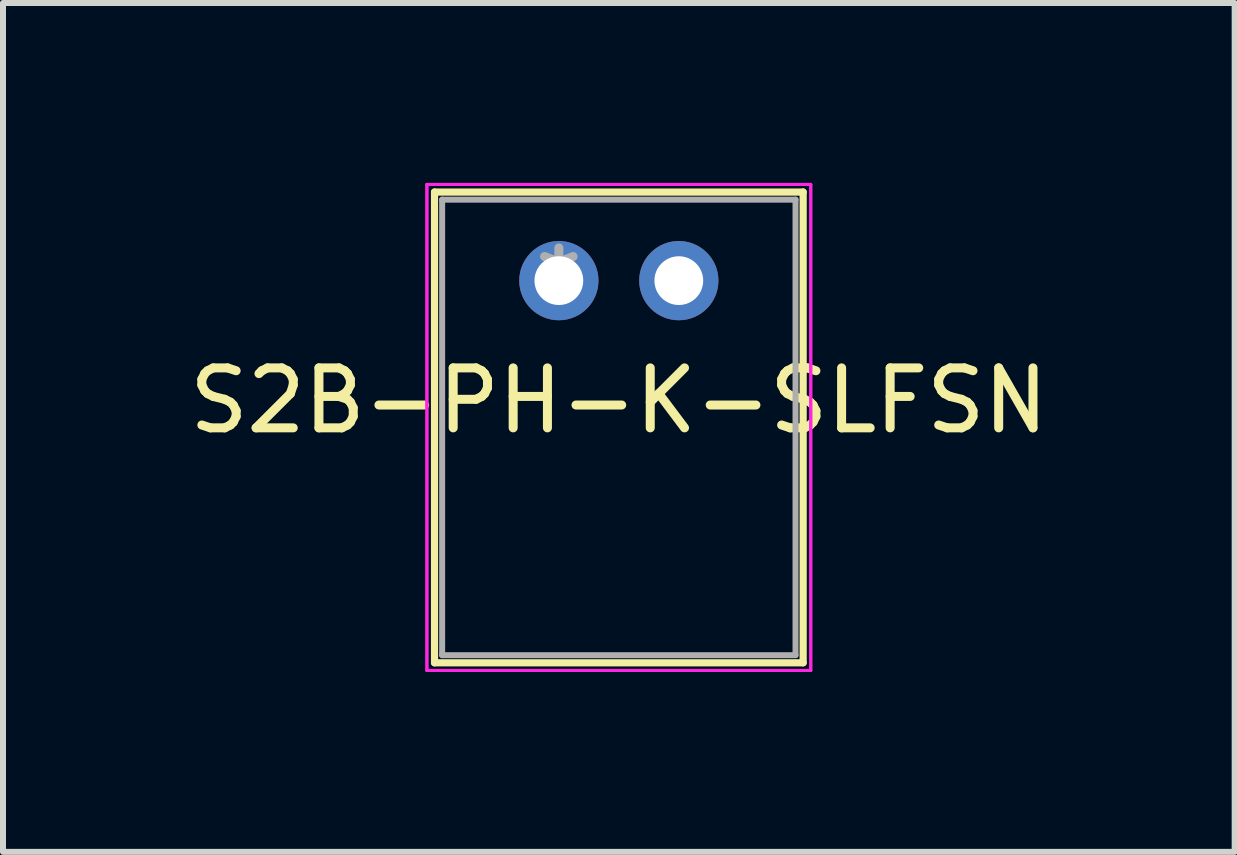
<source format=kicad_pcb>
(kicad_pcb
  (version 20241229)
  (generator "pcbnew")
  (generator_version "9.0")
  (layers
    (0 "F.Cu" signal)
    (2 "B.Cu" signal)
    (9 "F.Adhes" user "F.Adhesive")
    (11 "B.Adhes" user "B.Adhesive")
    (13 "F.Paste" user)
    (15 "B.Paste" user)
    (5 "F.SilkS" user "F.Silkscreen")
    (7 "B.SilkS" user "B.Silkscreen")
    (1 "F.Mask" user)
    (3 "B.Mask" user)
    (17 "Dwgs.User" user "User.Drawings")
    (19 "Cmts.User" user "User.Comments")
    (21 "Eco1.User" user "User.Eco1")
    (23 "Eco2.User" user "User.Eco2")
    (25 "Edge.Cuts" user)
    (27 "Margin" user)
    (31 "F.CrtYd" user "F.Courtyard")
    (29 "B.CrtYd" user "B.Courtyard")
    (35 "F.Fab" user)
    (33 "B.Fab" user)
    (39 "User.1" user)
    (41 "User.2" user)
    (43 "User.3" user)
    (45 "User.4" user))
  (footprint "S2B-PH-K-SLFSN"
    (layer "F.Cu")
    (at 6.268 1.629)
    (property "Reference" "S2B-PH-K-SLFSN" (at 1 2 0) (layer "F.SilkS") (effects (font (size 1 1) (thickness 0.15))))
    (attr through_hole)
    (fp_line (start -2.073 -1.477) (end -2.073 6.372) (stroke (width 0.12) (type solid)) (layer "F.SilkS"))
    (fp_line (start -2.073 6.372) (end 4.073 6.372) (stroke (width 0.12) (type solid)) (layer "F.SilkS"))
    (fp_line (start 4.073 -1.477) (end -2.073 -1.477) (stroke (width 0.12) (type solid)) (layer "F.SilkS"))
    (fp_line (start 4.073 6.372) (end 4.073 -1.477) (stroke (width 0.12) (type solid)) (layer "F.SilkS"))
    (fp_line (start -2.2 -1.604) (end -2.2 6.499) (stroke (width 0.05) (type solid)) (layer "F.CrtYd"))
    (fp_line (start -2.2 -1.604) (end -2.2 6.499) (stroke (width 0.05) (type solid)) (layer "F.CrtYd"))
    (fp_line (start -2.2 6.499) (end 4.2 6.499) (stroke (width 0.05) (type solid)) (layer "F.CrtYd"))
    (fp_line (start -2.2 6.499) (end 4.2 6.499) (stroke (width 0.05) (type solid)) (layer "F.CrtYd"))
    (fp_line (start 4.2 -1.604) (end -2.2 -1.604) (stroke (width 0.05) (type solid)) (layer "F.CrtYd"))
    (fp_line (start 4.2 -1.604) (end -2.2 -1.604) (stroke (width 0.05) (type solid)) (layer "F.CrtYd"))
    (fp_line (start 4.2 6.499) (end 4.2 -1.604) (stroke (width 0.05) (type solid)) (layer "F.CrtYd"))
    (fp_line (start 4.2 6.499) (end 4.2 -1.604) (stroke (width 0.05) (type solid)) (layer "F.CrtYd"))
    (fp_line (start -1.946 -1.35) (end -1.946 6.245) (stroke (width 0.1) (type solid)) (layer "F.Fab"))
    (fp_line (start -1.946 6.245) (end 3.946 6.245) (stroke (width 0.1) (type solid)) (layer "F.Fab"))
    (fp_line (start 3.946 -1.35) (end -1.946 -1.35) (stroke (width 0.1) (type solid)) (layer "F.Fab"))
    (fp_line (start 3.946 6.245) (end 3.946 -1.35) (stroke (width 0.1) (type solid)) (layer "F.Fab"))
    (fp_text user "*" (at 0 0 0) (layer "F.Fab") (effects (font (size 1 1) (thickness 0.15))))
    (pad "1" thru_hole circle (at -0.000001 0) (size 1.321 1.321) (drill 0.813) (layers "*.Cu" "*.Mask"))
    (pad "2" thru_hole circle (at 2 0) (size 1.321 1.321) (drill 0.813) (layers "*.Cu" "*.Mask")))
  (gr_rect
    (start -3 -3)
    (end 17.536 11.153)
    (stroke (width 0.1) (type default))
    (fill no)
    (layer "Edge.Cuts")))
</source>
